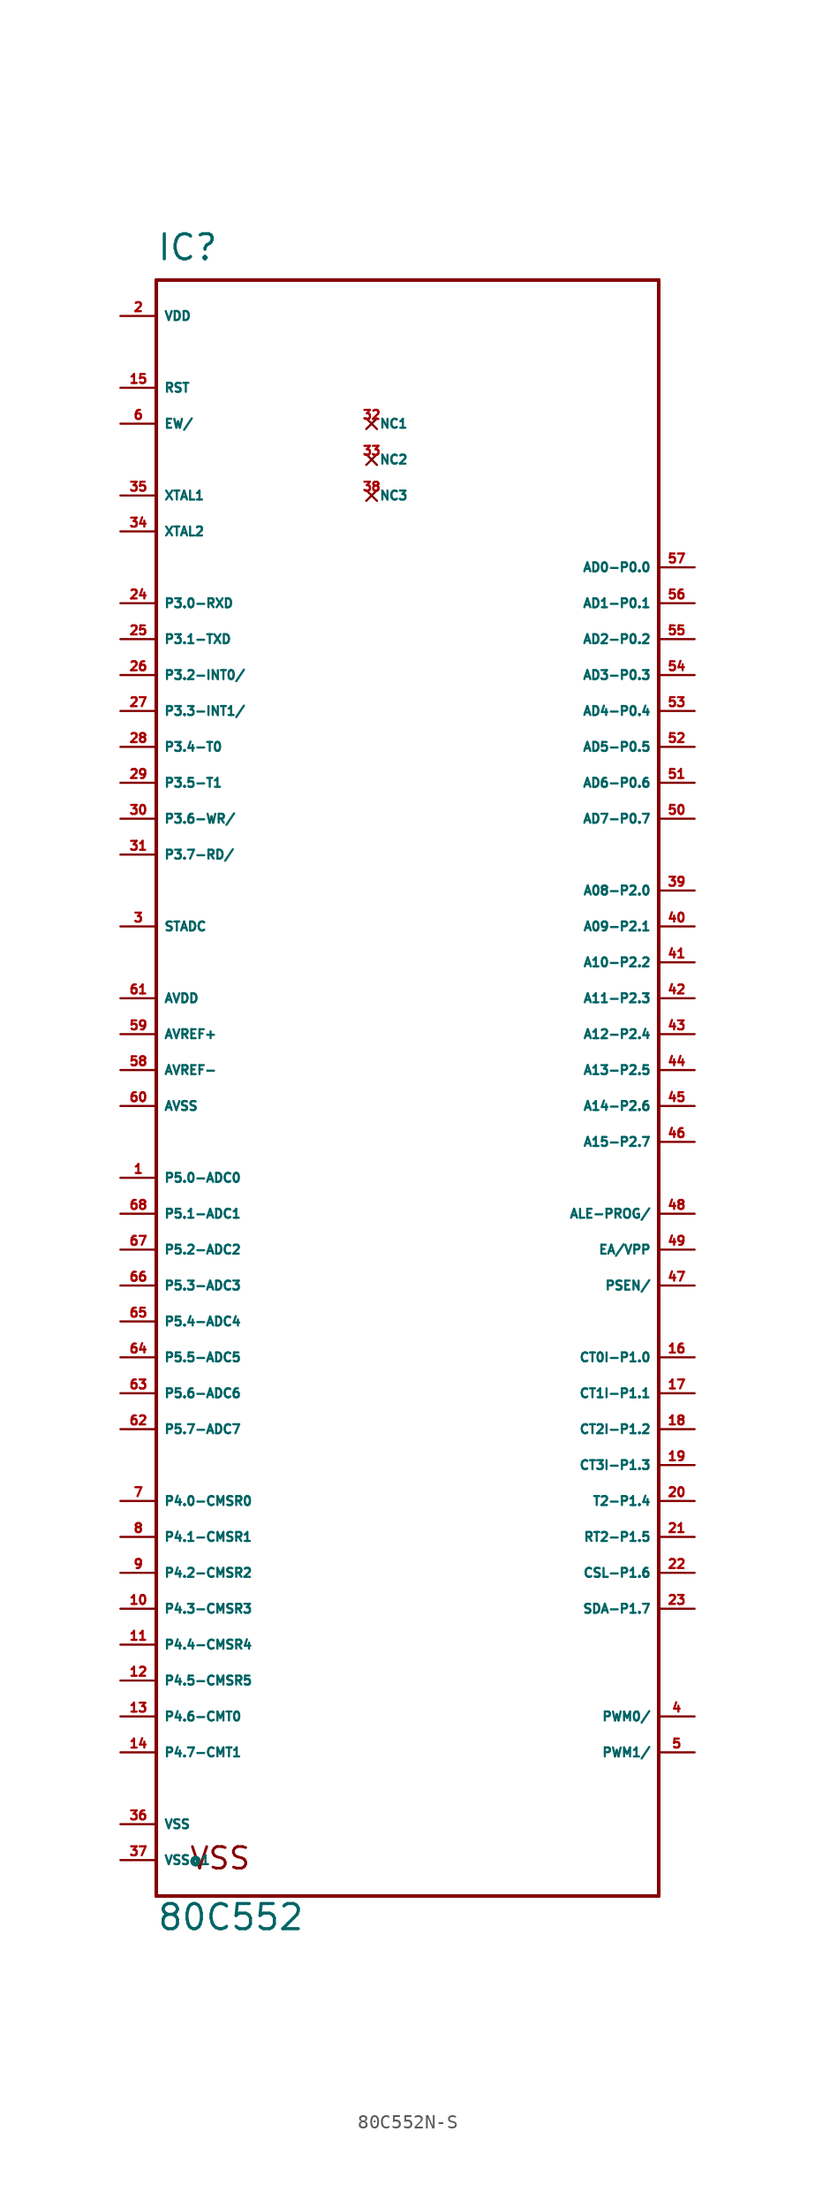
<source format=kicad_sym>
(kicad_symbol_lib
  (version 20220914)
  (generator Eagle2Kicad)
  (symbol "80C552N-S"
    (property "Reference" "IC"
      (at -17.78 57.15 0)
      (effects (font (size 1.778 1.778) (thickness 0.22)) (justify left bottom)))
    (property "Value" "80C552"
      (at -17.78 -60.96 0)
      (effects (font (size 1.778 1.778) (thickness 0.22)) (justify left bottom)))
    (polyline
      (pts (xy -17.78 55.88) (xy 17.78 55.88))
      (stroke (width 0.254) (type default))
      (fill (type none)))
    (polyline
      (pts (xy 17.78 55.88) (xy 17.78 -58.42))
      (stroke (width 0.254) (type default))
      (fill (type none)))
    (polyline
      (pts (xy 17.78 -58.42) (xy -17.78 -58.42))
      (stroke (width 0.254) (type default))
      (fill (type none)))
    (polyline
      (pts (xy -17.78 -58.42) (xy -17.78 55.88))
      (stroke (width 0.254) (type default))
      (fill (type none)))
    (text "VSS"
      (at -15.494 -56.642 0)
      (effects (font (size 1.524 1.524) (thickness 0.19)) (justify left bottom)))
    (pin bidirectional line
      (at 20.32 35.56 180)
      (length 2.54)
      (name "AD0-P0.0" (effects (font (size 0.635 0.635) (thickness 0.08)) (justify left bottom)))
      (number "57" (effects (font (size 0.635 0.635) (thickness 0.08)) (justify left bottom))))
    (pin bidirectional line
      (at 20.32 33.02 180)
      (length 2.54)
      (name "AD1-P0.1" (effects (font (size 0.635 0.635) (thickness 0.08)) (justify left bottom)))
      (number "56" (effects (font (size 0.635 0.635) (thickness 0.08)) (justify left bottom))))
    (pin bidirectional line
      (at 20.32 30.48 180)
      (length 2.54)
      (name "AD2-P0.2" (effects (font (size 0.635 0.635) (thickness 0.08)) (justify left bottom)))
      (number "55" (effects (font (size 0.635 0.635) (thickness 0.08)) (justify left bottom))))
    (pin bidirectional line
      (at 20.32 27.94 180)
      (length 2.54)
      (name "AD3-P0.3" (effects (font (size 0.635 0.635) (thickness 0.08)) (justify left bottom)))
      (number "54" (effects (font (size 0.635 0.635) (thickness 0.08)) (justify left bottom))))
    (pin bidirectional line
      (at 20.32 25.4 180)
      (length 2.54)
      (name "AD4-P0.4" (effects (font (size 0.635 0.635) (thickness 0.08)) (justify left bottom)))
      (number "53" (effects (font (size 0.635 0.635) (thickness 0.08)) (justify left bottom))))
    (pin bidirectional line
      (at 20.32 22.86 180)
      (length 2.54)
      (name "AD5-P0.5" (effects (font (size 0.635 0.635) (thickness 0.08)) (justify left bottom)))
      (number "52" (effects (font (size 0.635 0.635) (thickness 0.08)) (justify left bottom))))
    (pin bidirectional line
      (at 20.32 20.32 180)
      (length 2.54)
      (name "AD6-P0.6" (effects (font (size 0.635 0.635) (thickness 0.08)) (justify left bottom)))
      (number "51" (effects (font (size 0.635 0.635) (thickness 0.08)) (justify left bottom))))
    (pin bidirectional line
      (at 20.32 17.78 180)
      (length 2.54)
      (name "AD7-P0.7" (effects (font (size 0.635 0.635) (thickness 0.08)) (justify left bottom)))
      (number "50" (effects (font (size 0.635 0.635) (thickness 0.08)) (justify left bottom))))
    (pin bidirectional line
      (at 20.32 -20.32 180)
      (length 2.54)
      (name "CT0I-P1.0" (effects (font (size 0.635 0.635) (thickness 0.08)) (justify left bottom)))
      (number "16" (effects (font (size 0.635 0.635) (thickness 0.08)) (justify left bottom))))
    (pin bidirectional line
      (at 20.32 -22.86 180)
      (length 2.54)
      (name "CT1I-P1.1" (effects (font (size 0.635 0.635) (thickness 0.08)) (justify left bottom)))
      (number "17" (effects (font (size 0.635 0.635) (thickness 0.08)) (justify left bottom))))
    (pin bidirectional line
      (at 20.32 -25.4 180)
      (length 2.54)
      (name "CT2I-P1.2" (effects (font (size 0.635 0.635) (thickness 0.08)) (justify left bottom)))
      (number "18" (effects (font (size 0.635 0.635) (thickness 0.08)) (justify left bottom))))
    (pin bidirectional line
      (at 20.32 -27.94 180)
      (length 2.54)
      (name "CT3I-P1.3" (effects (font (size 0.635 0.635) (thickness 0.08)) (justify left bottom)))
      (number "19" (effects (font (size 0.635 0.635) (thickness 0.08)) (justify left bottom))))
    (pin bidirectional line
      (at 20.32 -30.48 180)
      (length 2.54)
      (name "T2-P1.4" (effects (font (size 0.635 0.635) (thickness 0.08)) (justify left bottom)))
      (number "20" (effects (font (size 0.635 0.635) (thickness 0.08)) (justify left bottom))))
    (pin bidirectional line
      (at 20.32 -33.02 180)
      (length 2.54)
      (name "RT2-P1.5" (effects (font (size 0.635 0.635) (thickness 0.08)) (justify left bottom)))
      (number "21" (effects (font (size 0.635 0.635) (thickness 0.08)) (justify left bottom))))
    (pin bidirectional line
      (at 20.32 -35.56 180)
      (length 2.54)
      (name "CSL-P1.6" (effects (font (size 0.635 0.635) (thickness 0.08)) (justify left bottom)))
      (number "22" (effects (font (size 0.635 0.635) (thickness 0.08)) (justify left bottom))))
    (pin bidirectional line
      (at 20.32 -38.1 180)
      (length 2.54)
      (name "SDA-P1.7" (effects (font (size 0.635 0.635) (thickness 0.08)) (justify left bottom)))
      (number "23" (effects (font (size 0.635 0.635) (thickness 0.08)) (justify left bottom))))
    (pin bidirectional line
      (at 20.32 12.7 180)
      (length 2.54)
      (name "A08-P2.0" (effects (font (size 0.635 0.635) (thickness 0.08)) (justify left bottom)))
      (number "39" (effects (font (size 0.635 0.635) (thickness 0.08)) (justify left bottom))))
    (pin bidirectional line
      (at 20.32 10.16 180)
      (length 2.54)
      (name "A09-P2.1" (effects (font (size 0.635 0.635) (thickness 0.08)) (justify left bottom)))
      (number "40" (effects (font (size 0.635 0.635) (thickness 0.08)) (justify left bottom))))
    (pin bidirectional line
      (at 20.32 7.62 180)
      (length 2.54)
      (name "A10-P2.2" (effects (font (size 0.635 0.635) (thickness 0.08)) (justify left bottom)))
      (number "41" (effects (font (size 0.635 0.635) (thickness 0.08)) (justify left bottom))))
    (pin bidirectional line
      (at 20.32 5.08 180)
      (length 2.54)
      (name "A11-P2.3" (effects (font (size 0.635 0.635) (thickness 0.08)) (justify left bottom)))
      (number "42" (effects (font (size 0.635 0.635) (thickness 0.08)) (justify left bottom))))
    (pin bidirectional line
      (at 20.32 2.54 180)
      (length 2.54)
      (name "A12-P2.4" (effects (font (size 0.635 0.635) (thickness 0.08)) (justify left bottom)))
      (number "43" (effects (font (size 0.635 0.635) (thickness 0.08)) (justify left bottom))))
    (pin bidirectional line
      (at 20.32 0 180)
      (length 2.54)
      (name "A13-P2.5" (effects (font (size 0.635 0.635) (thickness 0.08)) (justify left bottom)))
      (number "44" (effects (font (size 0.635 0.635) (thickness 0.08)) (justify left bottom))))
    (pin bidirectional line
      (at 20.32 -2.54 180)
      (length 2.54)
      (name "A14-P2.6" (effects (font (size 0.635 0.635) (thickness 0.08)) (justify left bottom)))
      (number "45" (effects (font (size 0.635 0.635) (thickness 0.08)) (justify left bottom))))
    (pin bidirectional line
      (at 20.32 -5.08 180)
      (length 2.54)
      (name "A15-P2.7" (effects (font (size 0.635 0.635) (thickness 0.08)) (justify left bottom)))
      (number "46" (effects (font (size 0.635 0.635) (thickness 0.08)) (justify left bottom))))
    (pin bidirectional line
      (at -20.32 33.02 0)
      (length 2.54)
      (name "P3.0-RXD" (effects (font (size 0.635 0.635) (thickness 0.08)) (justify left bottom)))
      (number "24" (effects (font (size 0.635 0.635) (thickness 0.08)) (justify left bottom))))
    (pin bidirectional line
      (at -20.32 30.48 0)
      (length 2.54)
      (name "P3.1-TXD" (effects (font (size 0.635 0.635) (thickness 0.08)) (justify left bottom)))
      (number "25" (effects (font (size 0.635 0.635) (thickness 0.08)) (justify left bottom))))
    (pin bidirectional line
      (at -20.32 27.94 0)
      (length 2.54)
      (name "P3.2-INT0/" (effects (font (size 0.635 0.635) (thickness 0.08)) (justify left bottom)))
      (number "26" (effects (font (size 0.635 0.635) (thickness 0.08)) (justify left bottom))))
    (pin bidirectional line
      (at -20.32 25.4 0)
      (length 2.54)
      (name "P3.3-INT1/" (effects (font (size 0.635 0.635) (thickness 0.08)) (justify left bottom)))
      (number "27" (effects (font (size 0.635 0.635) (thickness 0.08)) (justify left bottom))))
    (pin bidirectional line
      (at -20.32 22.86 0)
      (length 2.54)
      (name "P3.4-T0" (effects (font (size 0.635 0.635) (thickness 0.08)) (justify left bottom)))
      (number "28" (effects (font (size 0.635 0.635) (thickness 0.08)) (justify left bottom))))
    (pin bidirectional line
      (at -20.32 20.32 0)
      (length 2.54)
      (name "P3.5-T1" (effects (font (size 0.635 0.635) (thickness 0.08)) (justify left bottom)))
      (number "29" (effects (font (size 0.635 0.635) (thickness 0.08)) (justify left bottom))))
    (pin bidirectional line
      (at -20.32 17.78 0)
      (length 2.54)
      (name "P3.6-WR/" (effects (font (size 0.635 0.635) (thickness 0.08)) (justify left bottom)))
      (number "30" (effects (font (size 0.635 0.635) (thickness 0.08)) (justify left bottom))))
    (pin bidirectional line
      (at -20.32 15.24 0)
      (length 2.54)
      (name "P3.7-RD/" (effects (font (size 0.635 0.635) (thickness 0.08)) (justify left bottom)))
      (number "31" (effects (font (size 0.635 0.635) (thickness 0.08)) (justify left bottom))))
    (pin bidirectional line
      (at -20.32 -30.48 0)
      (length 2.54)
      (name "P4.0-CMSR0" (effects (font (size 0.635 0.635) (thickness 0.08)) (justify left bottom)))
      (number "7" (effects (font (size 0.635 0.635) (thickness 0.08)) (justify left bottom))))
    (pin bidirectional line
      (at -20.32 -33.02 0)
      (length 2.54)
      (name "P4.1-CMSR1" (effects (font (size 0.635 0.635) (thickness 0.08)) (justify left bottom)))
      (number "8" (effects (font (size 0.635 0.635) (thickness 0.08)) (justify left bottom))))
    (pin bidirectional line
      (at -20.32 -35.56 0)
      (length 2.54)
      (name "P4.2-CMSR2" (effects (font (size 0.635 0.635) (thickness 0.08)) (justify left bottom)))
      (number "9" (effects (font (size 0.635 0.635) (thickness 0.08)) (justify left bottom))))
    (pin bidirectional line
      (at -20.32 -38.1 0)
      (length 2.54)
      (name "P4.3-CMSR3" (effects (font (size 0.635 0.635) (thickness 0.08)) (justify left bottom)))
      (number "10" (effects (font (size 0.635 0.635) (thickness 0.08)) (justify left bottom))))
    (pin bidirectional line
      (at -20.32 -40.64 0)
      (length 2.54)
      (name "P4.4-CMSR4" (effects (font (size 0.635 0.635) (thickness 0.08)) (justify left bottom)))
      (number "11" (effects (font (size 0.635 0.635) (thickness 0.08)) (justify left bottom))))
    (pin bidirectional line
      (at -20.32 -43.18 0)
      (length 2.54)
      (name "P4.5-CMSR5" (effects (font (size 0.635 0.635) (thickness 0.08)) (justify left bottom)))
      (number "12" (effects (font (size 0.635 0.635) (thickness 0.08)) (justify left bottom))))
    (pin bidirectional line
      (at -20.32 -45.72 0)
      (length 2.54)
      (name "P4.6-CMT0" (effects (font (size 0.635 0.635) (thickness 0.08)) (justify left bottom)))
      (number "13" (effects (font (size 0.635 0.635) (thickness 0.08)) (justify left bottom))))
    (pin bidirectional line
      (at -20.32 -48.26 0)
      (length 2.54)
      (name "P4.7-CMT1" (effects (font (size 0.635 0.635) (thickness 0.08)) (justify left bottom)))
      (number "14" (effects (font (size 0.635 0.635) (thickness 0.08)) (justify left bottom))))
    (pin bidirectional line
      (at -20.32 -7.62 0)
      (length 2.54)
      (name "P5.0-ADC0" (effects (font (size 0.635 0.635) (thickness 0.08)) (justify left bottom)))
      (number "1" (effects (font (size 0.635 0.635) (thickness 0.08)) (justify left bottom))))
    (pin bidirectional line
      (at -20.32 -10.16 0)
      (length 2.54)
      (name "P5.1-ADC1" (effects (font (size 0.635 0.635) (thickness 0.08)) (justify left bottom)))
      (number "68" (effects (font (size 0.635 0.635) (thickness 0.08)) (justify left bottom))))
    (pin bidirectional line
      (at -20.32 -12.7 0)
      (length 2.54)
      (name "P5.2-ADC2" (effects (font (size 0.635 0.635) (thickness 0.08)) (justify left bottom)))
      (number "67" (effects (font (size 0.635 0.635) (thickness 0.08)) (justify left bottom))))
    (pin bidirectional line
      (at -20.32 -15.24 0)
      (length 2.54)
      (name "P5.3-ADC3" (effects (font (size 0.635 0.635) (thickness 0.08)) (justify left bottom)))
      (number "66" (effects (font (size 0.635 0.635) (thickness 0.08)) (justify left bottom))))
    (pin bidirectional line
      (at -20.32 -17.78 0)
      (length 2.54)
      (name "P5.4-ADC4" (effects (font (size 0.635 0.635) (thickness 0.08)) (justify left bottom)))
      (number "65" (effects (font (size 0.635 0.635) (thickness 0.08)) (justify left bottom))))
    (pin bidirectional line
      (at -20.32 -20.32 0)
      (length 2.54)
      (name "P5.5-ADC5" (effects (font (size 0.635 0.635) (thickness 0.08)) (justify left bottom)))
      (number "64" (effects (font (size 0.635 0.635) (thickness 0.08)) (justify left bottom))))
    (pin bidirectional line
      (at -20.32 -22.86 0)
      (length 2.54)
      (name "P5.6-ADC6" (effects (font (size 0.635 0.635) (thickness 0.08)) (justify left bottom)))
      (number "63" (effects (font (size 0.635 0.635) (thickness 0.08)) (justify left bottom))))
    (pin bidirectional line
      (at -20.32 -25.4 0)
      (length 2.54)
      (name "P5.7-ADC7" (effects (font (size 0.635 0.635) (thickness 0.08)) (justify left bottom)))
      (number "62" (effects (font (size 0.635 0.635) (thickness 0.08)) (justify left bottom))))
    (pin input line
      (at -20.32 40.64 0)
      (length 2.54)
      (name "XTAL1" (effects (font (size 0.635 0.635) (thickness 0.08)) (justify left bottom)))
      (number "35" (effects (font (size 0.635 0.635) (thickness 0.08)) (justify left bottom))))
    (pin output line
      (at -20.32 38.1 0)
      (length 2.54)
      (name "XTAL2" (effects (font (size 0.635 0.635) (thickness 0.08)) (justify left bottom)))
      (number "34" (effects (font (size 0.635 0.635) (thickness 0.08)) (justify left bottom))))
    (pin input line
      (at 20.32 -12.7 180)
      (length 2.54)
      (name "EA/VPP" (effects (font (size 0.635 0.635) (thickness 0.08)) (justify left bottom)))
      (number "49" (effects (font (size 0.635 0.635) (thickness 0.08)) (justify left bottom))))
    (pin output line
      (at 20.32 -10.16 180)
      (length 2.54)
      (name "ALE-PROG/" (effects (font (size 0.635 0.635) (thickness 0.08)) (justify left bottom)))
      (number "48" (effects (font (size 0.635 0.635) (thickness 0.08)) (justify left bottom))))
    (pin output line
      (at 20.32 -15.24 180)
      (length 2.54)
      (name "PSEN/" (effects (font (size 0.635 0.635) (thickness 0.08)) (justify left bottom)))
      (number "47" (effects (font (size 0.635 0.635) (thickness 0.08)) (justify left bottom))))
    (pin bidirectional line
      (at -20.32 48.26 0)
      (length 2.54)
      (name "RST" (effects (font (size 0.635 0.635) (thickness 0.08)) (justify left bottom)))
      (number "15" (effects (font (size 0.635 0.635) (thickness 0.08)) (justify left bottom))))
    (pin input line
      (at -20.32 45.72 0)
      (length 2.54)
      (name "EW/" (effects (font (size 0.635 0.635) (thickness 0.08)) (justify left bottom)))
      (number "6" (effects (font (size 0.635 0.635) (thickness 0.08)) (justify left bottom))))
    (pin input line
      (at -20.32 10.16 0)
      (length 2.54)
      (name "STADC" (effects (font (size 0.635 0.635) (thickness 0.08)) (justify left bottom)))
      (number "3" (effects (font (size 0.635 0.635) (thickness 0.08)) (justify left bottom))))
    (pin input line
      (at -20.32 0 0)
      (length 2.54)
      (name "AVREF-" (effects (font (size 0.635 0.635) (thickness 0.08)) (justify left bottom)))
      (number "58" (effects (font (size 0.635 0.635) (thickness 0.08)) (justify left bottom))))
    (pin input line
      (at -20.32 2.54 0)
      (length 2.54)
      (name "AVREF+" (effects (font (size 0.635 0.635) (thickness 0.08)) (justify left bottom)))
      (number "59" (effects (font (size 0.635 0.635) (thickness 0.08)) (justify left bottom))))
    (pin input line
      (at -20.32 5.08 0)
      (length 2.54)
      (name "AVDD" (effects (font (size 0.635 0.635) (thickness 0.08)) (justify left bottom)))
      (number "61" (effects (font (size 0.635 0.635) (thickness 0.08)) (justify left bottom))))
    (pin input line
      (at -20.32 -2.54 0)
      (length 2.54)
      (name "AVSS" (effects (font (size 0.635 0.635) (thickness 0.08)) (justify left bottom)))
      (number "60" (effects (font (size 0.635 0.635) (thickness 0.08)) (justify left bottom))))
    (pin unspecified line
      (at -20.32 -53.34 0)
      (length 2.54)
      (name "VSS" (effects (font (size 0.635 0.635) (thickness 0.08)) (justify left bottom)))
      (number "36" (effects (font (size 0.635 0.635) (thickness 0.08)) (justify left bottom))))
    (pin unspecified line
      (at -20.32 53.34 0)
      (length 2.54)
      (name "VDD" (effects (font (size 0.635 0.635) (thickness 0.08)) (justify left bottom)))
      (number "2" (effects (font (size 0.635 0.635) (thickness 0.08)) (justify left bottom))))
    (pin unspecified line
      (at -20.32 -55.88 0)
      (length 2.54)
      (name "VSS@1" (effects (font (size 0.635 0.635) (thickness 0.08)) (justify left bottom)))
      (number "37" (effects (font (size 0.635 0.635) (thickness 0.08)) (justify left bottom))))
    (pin no_connect line
      (at -2.54 45.72 0)
      (length 0)
      (name "NC1" (effects (font (size 0.635 0.635) (thickness 0.08)) (justify left bottom) hide))
      (number "32" (effects (font (size 0.635 0.635) (thickness 0.08)) (justify left bottom) hide)))
    (pin no_connect line
      (at -2.54 43.18 0)
      (length 0)
      (name "NC2" (effects (font (size 0.635 0.635) (thickness 0.08)) (justify left bottom) hide))
      (number "33" (effects (font (size 0.635 0.635) (thickness 0.08)) (justify left bottom) hide)))
    (pin output line
      (at 20.32 -45.72 180)
      (length 2.54)
      (name "PWM0/" (effects (font (size 0.635 0.635) (thickness 0.08)) (justify left bottom)))
      (number "4" (effects (font (size 0.635 0.635) (thickness 0.08)) (justify left bottom))))
    (pin output line
      (at 20.32 -48.26 180)
      (length 2.54)
      (name "PWM1/" (effects (font (size 0.635 0.635) (thickness 0.08)) (justify left bottom)))
      (number "5" (effects (font (size 0.635 0.635) (thickness 0.08)) (justify left bottom))))
    (pin no_connect line
      (at -2.54 40.64 0)
      (length 0)
      (name "NC3" (effects (font (size 0.635 0.635) (thickness 0.08)) (justify left bottom) hide))
      (number "38" (effects (font (size 0.635 0.635) (thickness 0.08)) (justify left bottom) hide)))))
</source>
